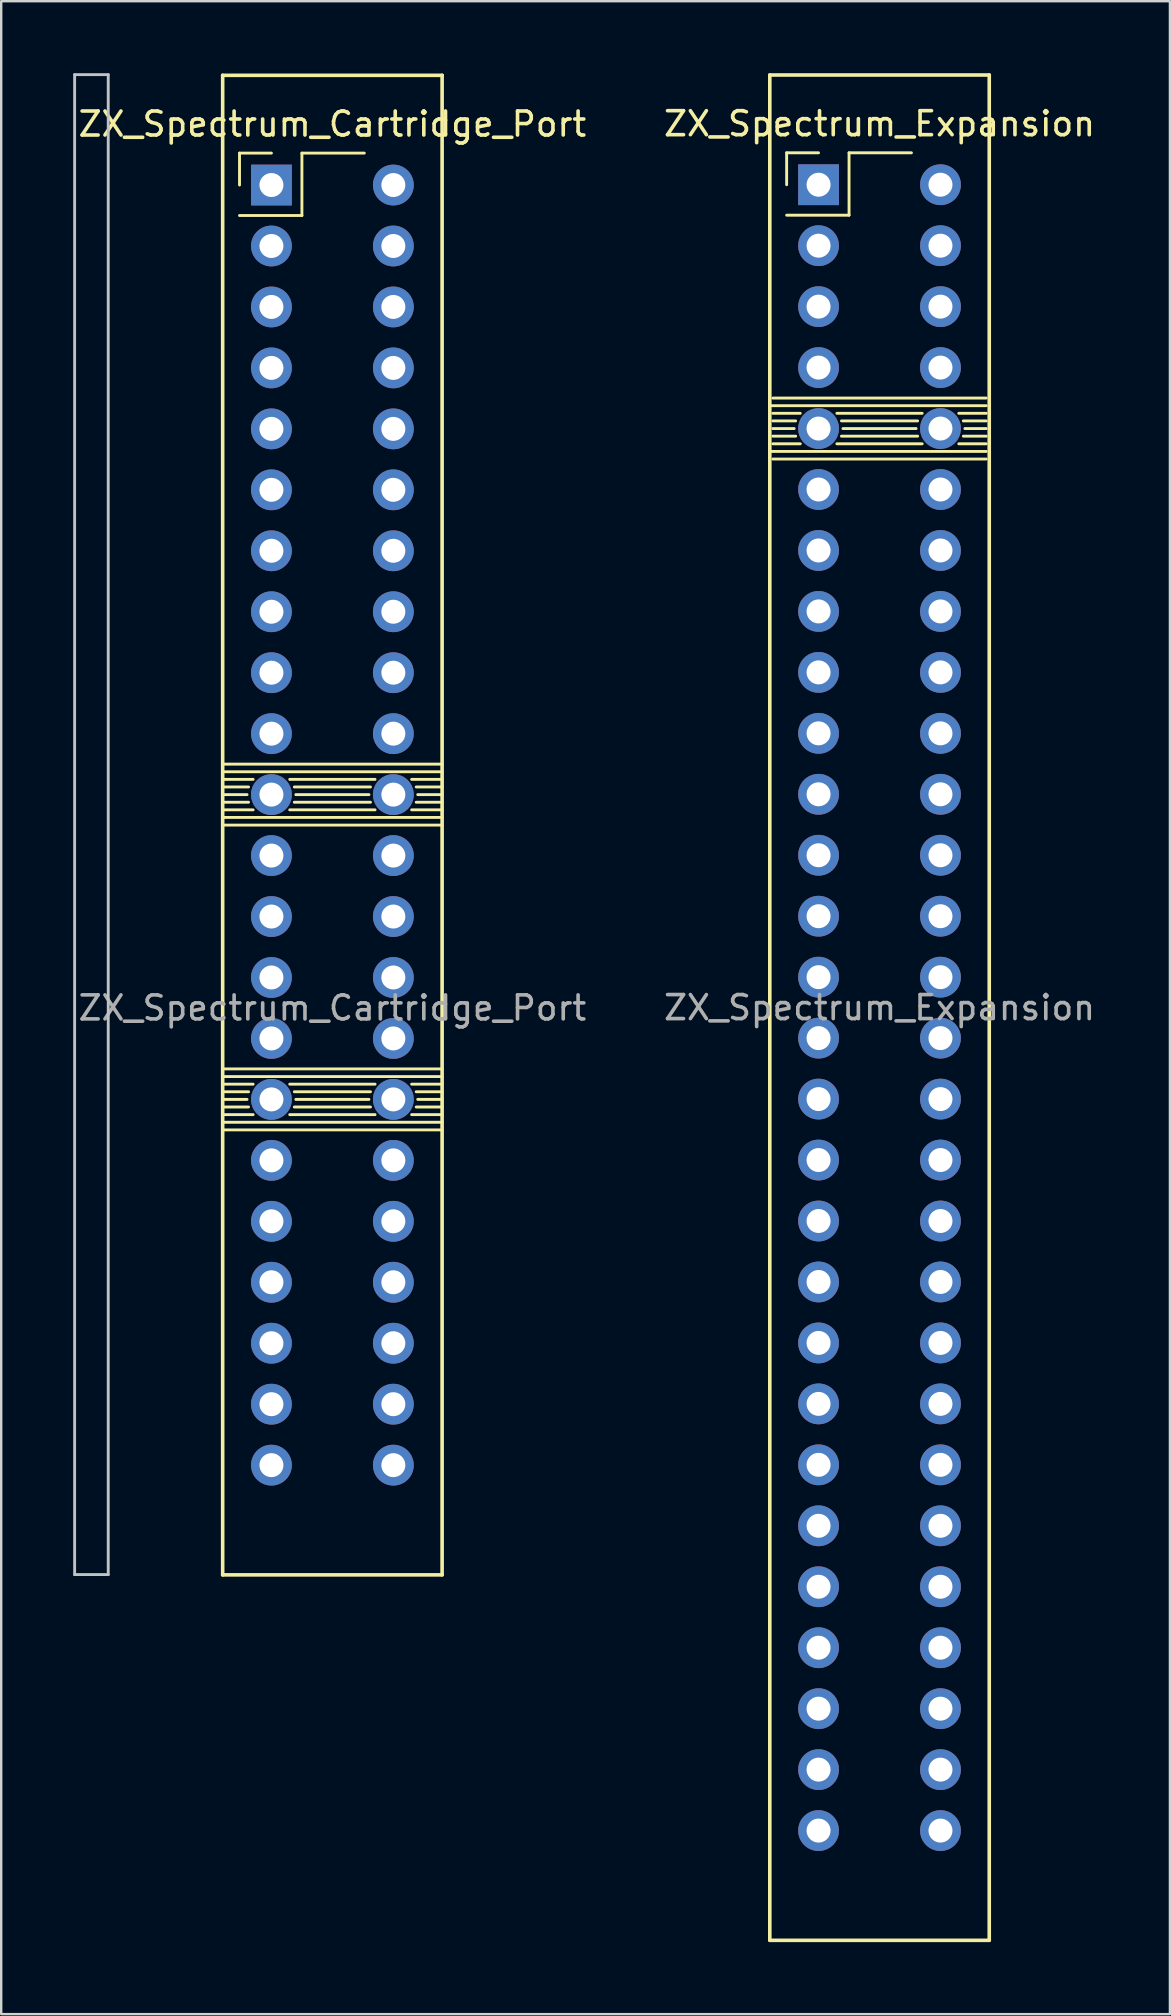
<source format=kicad_pcb>
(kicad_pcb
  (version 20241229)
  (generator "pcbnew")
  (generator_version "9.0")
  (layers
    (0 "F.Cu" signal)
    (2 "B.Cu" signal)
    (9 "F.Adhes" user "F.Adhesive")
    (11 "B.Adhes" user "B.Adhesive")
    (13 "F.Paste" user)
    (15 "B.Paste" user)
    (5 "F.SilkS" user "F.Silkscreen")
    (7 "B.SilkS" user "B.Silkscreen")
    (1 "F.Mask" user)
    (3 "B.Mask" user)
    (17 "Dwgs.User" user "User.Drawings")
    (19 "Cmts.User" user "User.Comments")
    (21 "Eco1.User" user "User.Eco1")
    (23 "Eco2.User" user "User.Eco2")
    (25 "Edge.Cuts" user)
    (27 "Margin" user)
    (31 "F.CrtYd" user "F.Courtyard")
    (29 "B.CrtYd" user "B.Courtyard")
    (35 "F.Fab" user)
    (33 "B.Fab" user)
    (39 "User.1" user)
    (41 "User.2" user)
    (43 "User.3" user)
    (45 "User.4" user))
  (footprint "ZX_Spectrum_Expansion"
    (layer "F.Cu")
    (at 31.058 4.647)
    (property "Reference" "ZX_Spectrum_Expansion" (at 2.54 -2.54 0) (layer "F.SilkS") (effects (font (size 1 1) (thickness 0.15))))
    (attr through_hole)
    (fp_line (start -2.032 -4.572) (end -2.032 73.152) (stroke (width 0.15) (type solid)) (layer "F.SilkS"))
    (fp_line (start -2.032 -4.572) (end 7.112 -4.572) (stroke (width 0.15) (type solid)) (layer "F.SilkS"))
    (fp_line (start -1.968 9.207) (end 6.985 9.207) (stroke (width 0.12) (type solid)) (layer "F.SilkS"))
    (fp_line (start -1.905 9.525) (end -0.762 9.525) (stroke (width 0.12) (type solid)) (layer "F.SilkS"))
    (fp_line (start -1.905 9.842) (end -0.953 9.842) (stroke (width 0.12) (type solid)) (layer "F.SilkS"))
    (fp_line (start -1.905 11.43) (end 6.985 11.43) (stroke (width 0.12) (type solid)) (layer "F.SilkS"))
    (fp_line (start -1.33 -1.33) (end 0 -1.33) (stroke (width 0.12) (type solid)) (layer "F.SilkS"))
    (fp_line (start -1.33 0) (end -1.33 -1.33) (stroke (width 0.12) (type solid)) (layer "F.SilkS"))
    (fp_line (start -1.33 1.27) (end 1.27 1.27) (stroke (width 0.12) (type solid)) (layer "F.SilkS"))
    (fp_line (start -1.016 10.16) (end -1.905 10.16) (stroke (width 0.12) (type solid)) (layer "F.SilkS"))
    (fp_line (start -0.953 10.477) (end -1.905 10.477) (stroke (width 0.12) (type solid)) (layer "F.SilkS"))
    (fp_line (start -0.762 10.795) (end -1.905 10.795) (stroke (width 0.12) (type solid)) (layer "F.SilkS"))
    (fp_line (start 0.762 9.525) (end 4.318 9.525) (stroke (width 0.12) (type solid)) (layer "F.SilkS"))
    (fp_line (start 0.762 10.795) (end 4.318 10.795) (stroke (width 0.12) (type solid)) (layer "F.SilkS"))
    (fp_line (start 0.953 9.842) (end 4.128 9.842) (stroke (width 0.12) (type solid)) (layer "F.SilkS"))
    (fp_line (start 1.27 -1.33) (end 3.87 -1.33) (stroke (width 0.12) (type solid)) (layer "F.SilkS"))
    (fp_line (start 1.27 1.27) (end 1.27 -1.33) (stroke (width 0.12) (type solid)) (layer "F.SilkS"))
    (fp_line (start 4.064 10.16) (end 1.016 10.16) (stroke (width 0.12) (type solid)) (layer "F.SilkS"))
    (fp_line (start 4.128 10.477) (end 0.953 10.477) (stroke (width 0.12) (type solid)) (layer "F.SilkS"))
    (fp_line (start 5.842 9.525) (end 6.985 9.525) (stroke (width 0.12) (type solid)) (layer "F.SilkS"))
    (fp_line (start 5.842 10.795) (end 6.985 10.795) (stroke (width 0.12) (type solid)) (layer "F.SilkS"))
    (fp_line (start 6.032 9.842) (end 6.985 9.842) (stroke (width 0.12) (type solid)) (layer "F.SilkS"))
    (fp_line (start 6.985 8.89) (end -1.905 8.89) (stroke (width 0.12) (type solid)) (layer "F.SilkS"))
    (fp_line (start 6.985 10.16) (end 6.096 10.16) (stroke (width 0.12) (type solid)) (layer "F.SilkS"))
    (fp_line (start 6.985 10.477) (end 6.032 10.477) (stroke (width 0.12) (type solid)) (layer "F.SilkS"))
    (fp_line (start 6.985 11.113) (end -1.968 11.113) (stroke (width 0.12) (type solid)) (layer "F.SilkS"))
    (fp_line (start 7.112 -4.572) (end 7.112 73.152) (stroke (width 0.15) (type solid)) (layer "F.SilkS"))
    (fp_line (start 7.112 73.152) (end -2.032 73.152) (stroke (width 0.15) (type solid)) (layer "F.SilkS"))
    (fp_text user "${REFERENCE}" (at 2.54 34.29 180) (layer "F.Fab") (effects (font (size 1 1) (thickness 0.15))))
    (pad "A1" thru_hole oval (at 5.08 0) (size 1.7 1.7) (drill 1) (layers "*.Cu" "*.Mask"))
    (pad "A2" thru_hole oval (at 5.08 2.54) (size 1.7 1.7) (drill 1) (layers "*.Cu" "*.Mask"))
    (pad "A3" thru_hole oval (at 5.08 5.08) (size 1.7 1.7) (drill 1) (layers "*.Cu" "*.Mask"))
    (pad "A4" thru_hole oval (at 5.08 7.62) (size 1.7 1.7) (drill 1) (layers "*.Cu" "*.Mask"))
    (pad "A5" thru_hole oval (at 5.08 10.16) (size 1.7 1.7) (drill 1) (layers "*.Cu" "*.Mask"))
    (pad "A6" thru_hole oval (at 5.08 12.7) (size 1.7 1.7) (drill 1) (layers "*.Cu" "*.Mask"))
    (pad "A7" thru_hole oval (at 5.08 15.24) (size 1.7 1.7) (drill 1) (layers "*.Cu" "*.Mask"))
    (pad "A8" thru_hole oval (at 5.08 17.78) (size 1.7 1.7) (drill 1) (layers "*.Cu" "*.Mask"))
    (pad "A9" thru_hole oval (at 5.08 20.32) (size 1.7 1.7) (drill 1) (layers "*.Cu" "*.Mask"))
    (pad "A10" thru_hole oval (at 5.08 22.86) (size 1.7 1.7) (drill 1) (layers "*.Cu" "*.Mask"))
    (pad "A11" thru_hole oval (at 5.08 25.4) (size 1.7 1.7) (drill 1) (layers "*.Cu" "*.Mask"))
    (pad "A12" thru_hole oval (at 5.08 27.94) (size 1.7 1.7) (drill 1) (layers "*.Cu" "*.Mask"))
    (pad "A13" thru_hole oval (at 5.08 30.48) (size 1.7 1.7) (drill 1) (layers "*.Cu" "*.Mask"))
    (pad "A14" thru_hole oval (at 5.08 33.02) (size 1.7 1.7) (drill 1) (layers "*.Cu" "*.Mask"))
    (pad "A15" thru_hole oval (at 5.08 35.56) (size 1.7 1.7) (drill 1) (layers "*.Cu" "*.Mask"))
    (pad "A16" thru_hole oval (at 5.08 38.1) (size 1.7 1.7) (drill 1) (layers "*.Cu" "*.Mask"))
    (pad "A17" thru_hole oval (at 5.08 40.64) (size 1.7 1.7) (drill 1) (layers "*.Cu" "*.Mask"))
    (pad "A18" thru_hole oval (at 5.08 43.18) (size 1.7 1.7) (drill 1) (layers "*.Cu" "*.Mask"))
    (pad "A19" thru_hole oval (at 5.08 45.72) (size 1.7 1.7) (drill 1) (layers "*.Cu" "*.Mask"))
    (pad "A20" thru_hole oval (at 5.08 48.26) (size 1.7 1.7) (drill 1) (layers "*.Cu" "*.Mask"))
    (pad "A21" thru_hole oval (at 5.08 50.8) (size 1.7 1.7) (drill 1) (layers "*.Cu" "*.Mask"))
    (pad "A22" thru_hole oval (at 5.08 53.34) (size 1.7 1.7) (drill 1) (layers "*.Cu" "*.Mask"))
    (pad "A23" thru_hole oval (at 5.08 55.88) (size 1.7 1.7) (drill 1) (layers "*.Cu" "*.Mask"))
    (pad "A24" thru_hole oval (at 5.08 58.42) (size 1.7 1.7) (drill 1) (layers "*.Cu" "*.Mask"))
    (pad "A25" thru_hole oval (at 5.08 60.96) (size 1.7 1.7) (drill 1) (layers "*.Cu" "*.Mask"))
    (pad "A26" thru_hole oval (at 5.08 63.5) (size 1.7 1.7) (drill 1) (layers "*.Cu" "*.Mask"))
    (pad "A27" thru_hole oval (at 5.08 66.04) (size 1.7 1.7) (drill 1) (layers "*.Cu" "*.Mask"))
    (pad "A28" thru_hole oval (at 5.08 68.58) (size 1.7 1.7) (drill 1) (layers "*.Cu" "*.Mask"))
    (pad "B1" thru_hole rect (at 0 0) (size 1.7 1.7) (drill 1) (layers "*.Cu" "*.Mask"))
    (pad "B2" thru_hole circle (at 0 2.54) (size 1.7 1.7) (drill 1) (layers "*.Cu" "*.Mask"))
    (pad "B3" thru_hole circle (at 0 5.08) (size 1.7 1.7) (drill 1) (layers "*.Cu" "*.Mask"))
    (pad "B4" thru_hole circle (at 0 7.62) (size 1.7 1.7) (drill 1) (layers "*.Cu" "*.Mask"))
    (pad "B5" thru_hole circle (at 0 10.16) (size 1.7 1.7) (drill 1) (layers "*.Cu" "*.Mask"))
    (pad "B6" thru_hole circle (at 0 12.7) (size 1.7 1.7) (drill 1) (layers "*.Cu" "*.Mask"))
    (pad "B7" thru_hole circle (at 0 15.24) (size 1.7 1.7) (drill 1) (layers "*.Cu" "*.Mask"))
    (pad "B8" thru_hole circle (at 0 17.78) (size 1.7 1.7) (drill 1) (layers "*.Cu" "*.Mask"))
    (pad "B9" thru_hole circle (at 0 20.32) (size 1.7 1.7) (drill 1) (layers "*.Cu" "*.Mask"))
    (pad "B10" thru_hole circle (at 0 22.86) (size 1.7 1.7) (drill 1) (layers "*.Cu" "*.Mask"))
    (pad "B11" thru_hole circle (at 0 25.4) (size 1.7 1.7) (drill 1) (layers "*.Cu" "*.Mask"))
    (pad "B12" thru_hole circle (at 0 27.94) (size 1.7 1.7) (drill 1) (layers "*.Cu" "*.Mask"))
    (pad "B13" thru_hole circle (at 0 30.48) (size 1.7 1.7) (drill 1) (layers "*.Cu" "*.Mask"))
    (pad "B14" thru_hole circle (at 0 33.02) (size 1.7 1.7) (drill 1) (layers "*.Cu" "*.Mask"))
    (pad "B15" thru_hole circle (at 0 35.56) (size 1.7 1.7) (drill 1) (layers "*.Cu" "*.Mask"))
    (pad "B16" thru_hole circle (at 0 38.1) (size 1.7 1.7) (drill 1) (layers "*.Cu" "*.Mask"))
    (pad "B17" thru_hole circle (at 0 40.64) (size 1.7 1.7) (drill 1) (layers "*.Cu" "*.Mask"))
    (pad "B18" thru_hole circle (at 0 43.18) (size 1.7 1.7) (drill 1) (layers "*.Cu" "*.Mask"))
    (pad "B19" thru_hole circle (at 0 45.72) (size 1.7 1.7) (drill 1) (layers "*.Cu" "*.Mask"))
    (pad "B20" thru_hole circle (at 0 48.26) (size 1.7 1.7) (drill 1) (layers "*.Cu" "*.Mask"))
    (pad "B21" thru_hole circle (at 0 50.8) (size 1.7 1.7) (drill 1) (layers "*.Cu" "*.Mask"))
    (pad "B22" thru_hole circle (at 0 53.34) (size 1.7 1.7) (drill 1) (layers "*.Cu" "*.Mask"))
    (pad "B23" thru_hole circle (at 0 55.88) (size 1.7 1.7) (drill 1) (layers "*.Cu" "*.Mask"))
    (pad "B24" thru_hole circle (at 0 58.42) (size 1.7 1.7) (drill 1) (layers "*.Cu" "*.Mask"))
    (pad "B25" thru_hole circle (at 0 60.96) (size 1.7 1.7) (drill 1) (layers "*.Cu" "*.Mask"))
    (pad "B26" thru_hole circle (at 0 63.5) (size 1.7 1.7) (drill 1) (layers "*.Cu" "*.Mask"))
    (pad "B27" thru_hole circle (at 0 66.04) (size 1.7 1.7) (drill 1) (layers "*.Cu" "*.Mask"))
    (pad "B28" thru_hole circle (at 0 68.58) (size 1.7 1.7) (drill 1) (layers "*.Cu" "*.Mask")))
  (footprint "ZX_Spectrum_Cartridge_Port"
    (layer "F.Cu")
    (at 8.26 4.66)
    (property "Reference" "ZX_Spectrum_Cartridge_Port" (at 2.54 -2.54 0) (layer "F.SilkS") (effects (font (size 1 1) (thickness 0.15))))
    (attr through_hole)
    (fp_line (start -2.032 -4.572) (end -2.032 57.912) (stroke (width 0.15) (type solid)) (layer "F.SilkS"))
    (fp_line (start -2.032 -4.572) (end 7.112 -4.572) (stroke (width 0.15) (type solid)) (layer "F.SilkS"))
    (fp_line (start -2.032 24.765) (end -0.762 24.765) (stroke (width 0.12) (type solid)) (layer "F.SilkS"))
    (fp_line (start -2.032 25.082) (end -0.953 25.082) (stroke (width 0.12) (type solid)) (layer "F.SilkS"))
    (fp_line (start -2.032 26.67) (end 7.112 26.67) (stroke (width 0.12) (type solid)) (layer "F.SilkS"))
    (fp_line (start -2.032 37.465) (end -0.762 37.465) (stroke (width 0.12) (type solid)) (layer "F.SilkS"))
    (fp_line (start -2.032 37.782) (end -0.953 37.782) (stroke (width 0.12) (type solid)) (layer "F.SilkS"))
    (fp_line (start -2.032 39.37) (end 7.112 39.37) (stroke (width 0.12) (type solid)) (layer "F.SilkS"))
    (fp_line (start -1.968 24.448) (end 7.112 24.448) (stroke (width 0.12) (type solid)) (layer "F.SilkS"))
    (fp_line (start -1.968 37.148) (end 7.112 37.148) (stroke (width 0.12) (type solid)) (layer "F.SilkS"))
    (fp_line (start -1.33 -1.33) (end 0 -1.33) (stroke (width 0.12) (type solid)) (layer "F.SilkS"))
    (fp_line (start -1.33 0) (end -1.33 -1.33) (stroke (width 0.12) (type solid)) (layer "F.SilkS"))
    (fp_line (start -1.33 1.27) (end 1.27 1.27) (stroke (width 0.12) (type solid)) (layer "F.SilkS"))
    (fp_line (start -1.016 25.4) (end -2.032 25.4) (stroke (width 0.12) (type solid)) (layer "F.SilkS"))
    (fp_line (start -1.016 38.1) (end -2.032 38.1) (stroke (width 0.12) (type solid)) (layer "F.SilkS"))
    (fp_line (start -0.953 25.718) (end -2.032 25.718) (stroke (width 0.12) (type solid)) (layer "F.SilkS"))
    (fp_line (start -0.953 38.417) (end -2.032 38.417) (stroke (width 0.12) (type solid)) (layer "F.SilkS"))
    (fp_line (start -0.762 26.035) (end -2.032 26.035) (stroke (width 0.12) (type solid)) (layer "F.SilkS"))
    (fp_line (start -0.762 38.735) (end -2.032 38.735) (stroke (width 0.12) (type solid)) (layer "F.SilkS"))
    (fp_line (start 0.762 24.765) (end 4.318 24.765) (stroke (width 0.12) (type solid)) (layer "F.SilkS"))
    (fp_line (start 0.762 26.035) (end 4.318 26.035) (stroke (width 0.12) (type solid)) (layer "F.SilkS"))
    (fp_line (start 0.762 37.465) (end 4.318 37.465) (stroke (width 0.12) (type solid)) (layer "F.SilkS"))
    (fp_line (start 0.762 38.735) (end 4.318 38.735) (stroke (width 0.12) (type solid)) (layer "F.SilkS"))
    (fp_line (start 0.953 25.082) (end 4.128 25.082) (stroke (width 0.12) (type solid)) (layer "F.SilkS"))
    (fp_line (start 0.953 37.782) (end 4.128 37.782) (stroke (width 0.12) (type solid)) (layer "F.SilkS"))
    (fp_line (start 1.27 -1.33) (end 3.87 -1.33) (stroke (width 0.12) (type solid)) (layer "F.SilkS"))
    (fp_line (start 1.27 1.27) (end 1.27 -1.33) (stroke (width 0.12) (type solid)) (layer "F.SilkS"))
    (fp_line (start 4.064 25.4) (end 1.016 25.4) (stroke (width 0.12) (type solid)) (layer "F.SilkS"))
    (fp_line (start 4.064 38.1) (end 1.016 38.1) (stroke (width 0.12) (type solid)) (layer "F.SilkS"))
    (fp_line (start 4.128 25.718) (end 0.953 25.718) (stroke (width 0.12) (type solid)) (layer "F.SilkS"))
    (fp_line (start 4.128 38.417) (end 0.953 38.417) (stroke (width 0.12) (type solid)) (layer "F.SilkS"))
    (fp_line (start 5.842 24.765) (end 7.112 24.765) (stroke (width 0.12) (type solid)) (layer "F.SilkS"))
    (fp_line (start 5.842 26.035) (end 7.112 26.035) (stroke (width 0.12) (type solid)) (layer "F.SilkS"))
    (fp_line (start 5.842 37.465) (end 7.112 37.465) (stroke (width 0.12) (type solid)) (layer "F.SilkS"))
    (fp_line (start 5.842 38.735) (end 7.112 38.735) (stroke (width 0.12) (type solid)) (layer "F.SilkS"))
    (fp_line (start 6.032 25.082) (end 7.112 25.082) (stroke (width 0.12) (type solid)) (layer "F.SilkS"))
    (fp_line (start 6.032 37.782) (end 7.112 37.782) (stroke (width 0.12) (type solid)) (layer "F.SilkS"))
    (fp_line (start 7.112 -4.572) (end 7.112 57.912) (stroke (width 0.15) (type solid)) (layer "F.SilkS"))
    (fp_line (start 7.112 24.13) (end -2.032 24.13) (stroke (width 0.12) (type solid)) (layer "F.SilkS"))
    (fp_line (start 7.112 25.4) (end 6.096 25.4) (stroke (width 0.12) (type solid)) (layer "F.SilkS"))
    (fp_line (start 7.112 25.718) (end 6.032 25.718) (stroke (width 0.12) (type solid)) (layer "F.SilkS"))
    (fp_line (start 7.112 26.352) (end -1.968 26.352) (stroke (width 0.12) (type solid)) (layer "F.SilkS"))
    (fp_line (start 7.112 36.83) (end -2.032 36.83) (stroke (width 0.12) (type solid)) (layer "F.SilkS"))
    (fp_line (start 7.112 38.1) (end 6.096 38.1) (stroke (width 0.12) (type solid)) (layer "F.SilkS"))
    (fp_line (start 7.112 38.417) (end 6.032 38.417) (stroke (width 0.12) (type solid)) (layer "F.SilkS"))
    (fp_line (start 7.112 39.053) (end -1.968 39.053) (stroke (width 0.12) (type solid)) (layer "F.SilkS"))
    (fp_line (start 7.112 57.912) (end -2.032 57.912) (stroke (width 0.15) (type solid)) (layer "F.SilkS"))
    (fp_line (start -8.2 -4.6) (end -6.8 -4.6) (stroke (width 0.12) (type solid)) (layer "Dwgs.User"))
    (fp_line (start -8.2 57.9) (end -8.2 -4.6) (stroke (width 0.12) (type solid)) (layer "Dwgs.User"))
    (fp_line (start -6.8 -4.6) (end -6.8 57.9) (stroke (width 0.12) (type solid)) (layer "Dwgs.User"))
    (fp_line (start -6.8 57.9) (end -8.2 57.9) (stroke (width 0.12) (type solid)) (layer "Dwgs.User"))
    (fp_text user "${REFERENCE}" (at 2.54 34.29 180) (layer "F.Fab") (effects (font (size 1 1) (thickness 0.15))))
    (pad "A1" thru_hole oval (at 5.08 0) (size 1.7 1.7) (drill 1) (layers "*.Cu" "*.Mask"))
    (pad "A2" thru_hole oval (at 5.08 2.54) (size 1.7 1.7) (drill 1) (layers "*.Cu" "*.Mask"))
    (pad "A3" thru_hole oval (at 5.08 5.08) (size 1.7 1.7) (drill 1) (layers "*.Cu" "*.Mask"))
    (pad "A4" thru_hole oval (at 5.08 7.62) (size 1.7 1.7) (drill 1) (layers "*.Cu" "*.Mask"))
    (pad "A5" thru_hole oval (at 5.08 10.16) (size 1.7 1.7) (drill 1) (layers "*.Cu" "*.Mask"))
    (pad "A6" thru_hole oval (at 5.08 12.7) (size 1.7 1.7) (drill 1) (layers "*.Cu" "*.Mask"))
    (pad "A7" thru_hole oval (at 5.08 15.24) (size 1.7 1.7) (drill 1) (layers "*.Cu" "*.Mask"))
    (pad "A8" thru_hole oval (at 5.08 17.78) (size 1.7 1.7) (drill 1) (layers "*.Cu" "*.Mask"))
    (pad "A9" thru_hole oval (at 5.08 20.32) (size 1.7 1.7) (drill 1) (layers "*.Cu" "*.Mask"))
    (pad "A10" thru_hole oval (at 5.08 22.86) (size 1.7 1.7) (drill 1) (layers "*.Cu" "*.Mask"))
    (pad "A11" thru_hole oval (at 5.08 25.4) (size 1.7 1.7) (drill 1) (layers "*.Cu" "*.Mask"))
    (pad "A12" thru_hole oval (at 5.08 27.94) (size 1.7 1.7) (drill 1) (layers "*.Cu" "*.Mask"))
    (pad "A13" thru_hole oval (at 5.08 30.48) (size 1.7 1.7) (drill 1) (layers "*.Cu" "*.Mask"))
    (pad "A14" thru_hole oval (at 5.08 33.02) (size 1.7 1.7) (drill 1) (layers "*.Cu" "*.Mask"))
    (pad "A15" thru_hole oval (at 5.08 35.56) (size 1.7 1.7) (drill 1) (layers "*.Cu" "*.Mask"))
    (pad "A16" thru_hole oval (at 5.08 38.1) (size 1.7 1.7) (drill 1) (layers "*.Cu" "*.Mask"))
    (pad "A17" thru_hole oval (at 5.08 40.64) (size 1.7 1.7) (drill 1) (layers "*.Cu" "*.Mask"))
    (pad "A18" thru_hole oval (at 5.08 43.18) (size 1.7 1.7) (drill 1) (layers "*.Cu" "*.Mask"))
    (pad "A19" thru_hole oval (at 5.08 45.72) (size 1.7 1.7) (drill 1) (layers "*.Cu" "*.Mask"))
    (pad "A20" thru_hole oval (at 5.08 48.26) (size 1.7 1.7) (drill 1) (layers "*.Cu" "*.Mask"))
    (pad "A21" thru_hole oval (at 5.08 50.8) (size 1.7 1.7) (drill 1) (layers "*.Cu" "*.Mask"))
    (pad "A22" thru_hole oval (at 5.08 53.34) (size 1.7 1.7) (drill 1) (layers "*.Cu" "*.Mask"))
    (pad "B1" thru_hole rect (at 0 0) (size 1.7 1.7) (drill 1) (layers "*.Cu" "*.Mask"))
    (pad "B2" thru_hole circle (at 0 2.54) (size 1.7 1.7) (drill 1) (layers "*.Cu" "*.Mask"))
    (pad "B3" thru_hole circle (at 0 5.08) (size 1.7 1.7) (drill 1) (layers "*.Cu" "*.Mask"))
    (pad "B4" thru_hole circle (at 0 7.62) (size 1.7 1.7) (drill 1) (layers "*.Cu" "*.Mask"))
    (pad "B5" thru_hole circle (at 0 10.16) (size 1.7 1.7) (drill 1) (layers "*.Cu" "*.Mask"))
    (pad "B6" thru_hole circle (at 0 12.7) (size 1.7 1.7) (drill 1) (layers "*.Cu" "*.Mask"))
    (pad "B7" thru_hole circle (at 0 15.24) (size 1.7 1.7) (drill 1) (layers "*.Cu" "*.Mask"))
    (pad "B8" thru_hole circle (at 0 17.78) (size 1.7 1.7) (drill 1) (layers "*.Cu" "*.Mask"))
    (pad "B9" thru_hole circle (at 0 20.32) (size 1.7 1.7) (drill 1) (layers "*.Cu" "*.Mask"))
    (pad "B10" thru_hole circle (at 0 22.86) (size 1.7 1.7) (drill 1) (layers "*.Cu" "*.Mask"))
    (pad "B11" thru_hole circle (at 0 25.4) (size 1.7 1.7) (drill 1) (layers "*.Cu" "*.Mask"))
    (pad "B12" thru_hole circle (at 0 27.94) (size 1.7 1.7) (drill 1) (layers "*.Cu" "*.Mask"))
    (pad "B13" thru_hole circle (at 0 30.48) (size 1.7 1.7) (drill 1) (layers "*.Cu" "*.Mask"))
    (pad "B14" thru_hole circle (at 0 33.02) (size 1.7 1.7) (drill 1) (layers "*.Cu" "*.Mask"))
    (pad "B15" thru_hole circle (at 0 35.56) (size 1.7 1.7) (drill 1) (layers "*.Cu" "*.Mask"))
    (pad "B16" thru_hole circle (at 0 38.1) (size 1.7 1.7) (drill 1) (layers "*.Cu" "*.Mask"))
    (pad "B17" thru_hole circle (at 0 40.64) (size 1.7 1.7) (drill 1) (layers "*.Cu" "*.Mask"))
    (pad "B18" thru_hole circle (at 0 43.18) (size 1.7 1.7) (drill 1) (layers "*.Cu" "*.Mask"))
    (pad "B19" thru_hole circle (at 0 45.72) (size 1.7 1.7) (drill 1) (layers "*.Cu" "*.Mask"))
    (pad "B20" thru_hole circle (at 0 48.26) (size 1.7 1.7) (drill 1) (layers "*.Cu" "*.Mask"))
    (pad "B21" thru_hole circle (at 0 50.8) (size 1.7 1.7) (drill 1) (layers "*.Cu" "*.Mask"))
    (pad "B22" thru_hole circle (at 0 53.34) (size 1.7 1.7) (drill 1) (layers "*.Cu" "*.Mask")))
  (gr_rect
    (start -3 -3)
    (end 45.699 80.874)
    (stroke (width 0.1) (type default))
    (fill no)
    (layer "Edge.Cuts")))
</source>
